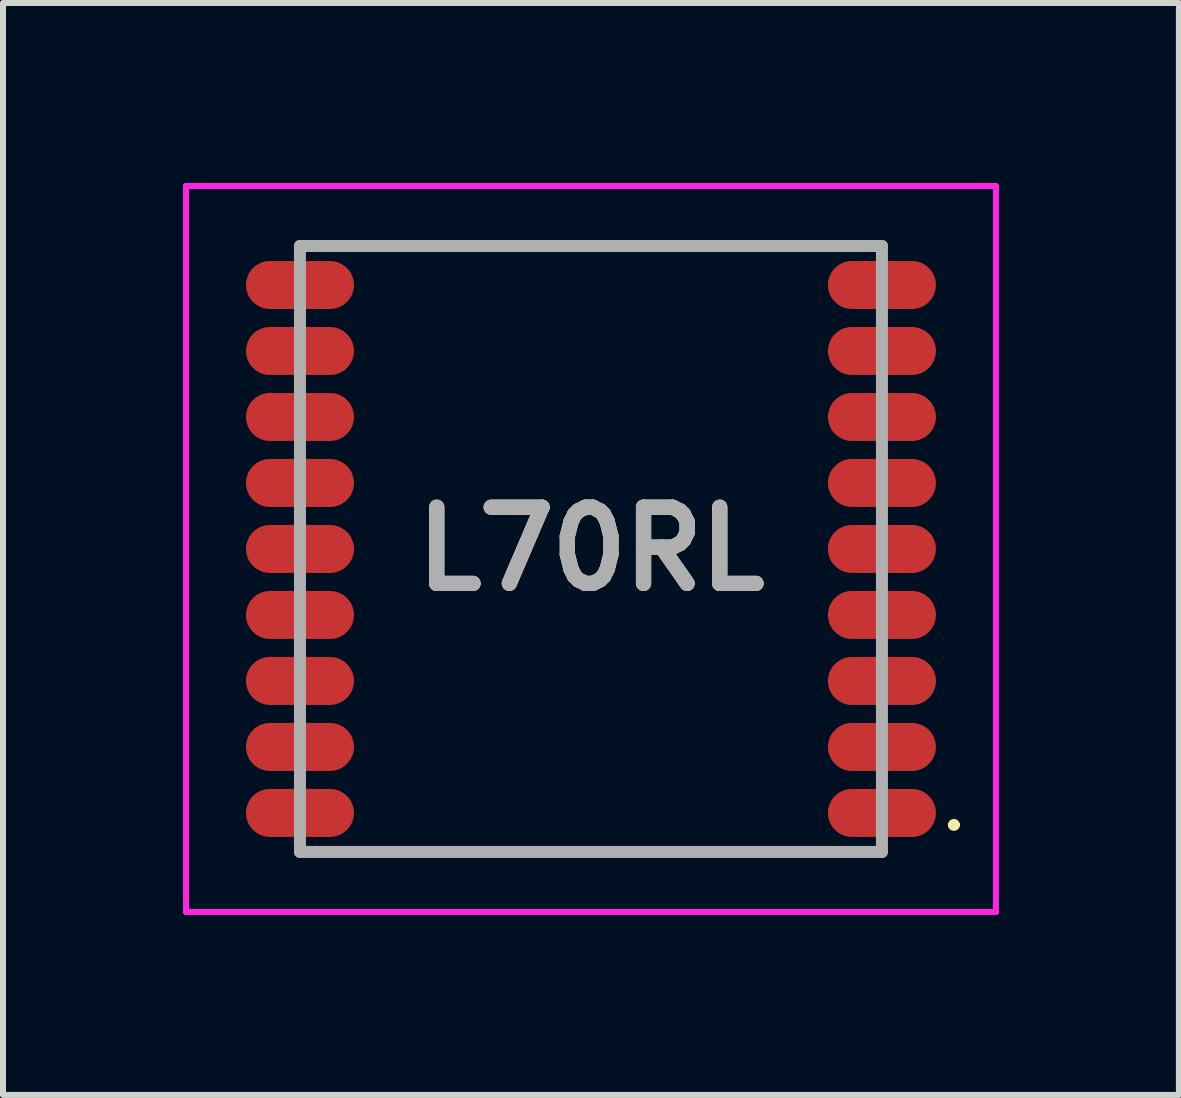
<source format=kicad_pcb>
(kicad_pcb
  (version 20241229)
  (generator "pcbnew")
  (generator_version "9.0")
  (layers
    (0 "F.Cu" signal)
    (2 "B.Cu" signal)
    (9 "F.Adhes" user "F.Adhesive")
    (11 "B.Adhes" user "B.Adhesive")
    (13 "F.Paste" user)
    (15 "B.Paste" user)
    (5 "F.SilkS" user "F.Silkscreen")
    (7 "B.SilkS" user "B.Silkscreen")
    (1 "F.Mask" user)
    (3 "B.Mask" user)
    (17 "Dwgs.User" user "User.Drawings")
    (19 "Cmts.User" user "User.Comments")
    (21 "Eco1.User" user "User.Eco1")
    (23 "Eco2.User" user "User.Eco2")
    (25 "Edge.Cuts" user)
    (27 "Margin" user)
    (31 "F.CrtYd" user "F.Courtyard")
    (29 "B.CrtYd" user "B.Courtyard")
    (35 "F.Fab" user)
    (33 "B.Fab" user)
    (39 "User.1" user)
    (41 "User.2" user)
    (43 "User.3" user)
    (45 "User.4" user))
  (footprint "L70RL"
    (layer "F.Cu")
    (at 6.8 6.1)
    (property "Reference" "L70RL" (at 0 0 0) (layer "F.SilkS") (effects (font (size 1.27 1.27) (thickness 0.254))))
    (attr smd)
    (fp_line (start -3.8 5.05) (end 3.6 5.05) (stroke (width 0.1) (type solid)) (layer "F.SilkS"))
    (fp_line (start -3.6 -5.05) (end 3.6 -5.05) (stroke (width 0.1) (type solid)) (layer "F.SilkS"))
    (fp_line (start 6 4.6) (end 6 4.6) (stroke (width 0.1) (type solid)) (layer "F.SilkS"))
    (fp_line (start 6.1 4.6) (end 6.1 4.6) (stroke (width 0.1) (type solid)) (layer "F.SilkS"))
    (fp_arc (start 6 4.6) (mid 6.05 4.55) (end 6.1 4.6) (stroke (width 0.1) (type solid)) (layer "F.SilkS"))
    (fp_arc (start 6.1 4.6) (mid 6.05 4.65) (end 6 4.6) (stroke (width 0.1) (type solid)) (layer "F.SilkS"))
    (fp_line (start -6.75 -6.05) (end 6.75 -6.05) (stroke (width 0.1) (type solid)) (layer "F.CrtYd"))
    (fp_line (start -6.75 6.05) (end -6.75 -6.05) (stroke (width 0.1) (type solid)) (layer "F.CrtYd"))
    (fp_line (start 6.75 -6.05) (end 6.75 6.05) (stroke (width 0.1) (type solid)) (layer "F.CrtYd"))
    (fp_line (start 6.75 6.05) (end -6.75 6.05) (stroke (width 0.1) (type solid)) (layer "F.CrtYd"))
    (fp_line (start -4.85 -5.05) (end 4.85 -5.05) (stroke (width 0.2) (type solid)) (layer "F.Fab"))
    (fp_line (start -4.85 5.05) (end -4.85 -5.05) (stroke (width 0.2) (type solid)) (layer "F.Fab"))
    (fp_line (start 4.85 -5.05) (end 4.85 5.05) (stroke (width 0.2) (type solid)) (layer "F.Fab"))
    (fp_line (start 4.85 5.05) (end -4.85 5.05) (stroke (width 0.2) (type solid)) (layer "F.Fab"))
    (fp_text user "${REFERENCE}" (at 0 0 0) (layer "F.Fab") (effects (font (size 1.27 1.27) (thickness 0.254))))
    (pad "1" smd oval (at 4.85 4.4 90) (size 0.8 1.8) (layers "F.Cu" "F.Mask" "F.Paste"))
    (pad "2" smd oval (at 4.85 3.3 90) (size 0.8 1.8) (layers "F.Cu" "F.Mask" "F.Paste"))
    (pad "3" smd oval (at 4.85 2.2 90) (size 0.8 1.8) (layers "F.Cu" "F.Mask" "F.Paste"))
    (pad "4" smd oval (at 4.85 1.1 90) (size 0.8 1.8) (layers "F.Cu" "F.Mask" "F.Paste"))
    (pad "5" smd oval (at 4.85 0 90) (size 0.8 1.8) (layers "F.Cu" "F.Mask" "F.Paste"))
    (pad "6" smd oval (at 4.85 -1.1 90) (size 0.8 1.8) (layers "F.Cu" "F.Mask" "F.Paste"))
    (pad "7" smd oval (at 4.85 -2.2 90) (size 0.8 1.8) (layers "F.Cu" "F.Mask" "F.Paste"))
    (pad "8" smd oval (at 4.85 -3.3 90) (size 0.8 1.8) (layers "F.Cu" "F.Mask" "F.Paste"))
    (pad "9" smd oval (at 4.85 -4.4 90) (size 0.8 1.8) (layers "F.Cu" "F.Mask" "F.Paste"))
    (pad "10" smd oval (at -4.85 -4.4 90) (size 0.8 1.8) (layers "F.Cu" "F.Mask" "F.Paste"))
    (pad "11" smd oval (at -4.85 -3.3 90) (size 0.8 1.8) (layers "F.Cu" "F.Mask" "F.Paste"))
    (pad "12" smd oval (at -4.85 -2.2 90) (size 0.8 1.8) (layers "F.Cu" "F.Mask" "F.Paste"))
    (pad "13" smd oval (at -4.85 -1.1 90) (size 0.8 1.8) (layers "F.Cu" "F.Mask" "F.Paste"))
    (pad "14" smd oval (at -4.85 0 90) (size 0.8 1.8) (layers "F.Cu" "F.Mask" "F.Paste"))
    (pad "15" smd oval (at -4.85 1.1 90) (size 0.8 1.8) (layers "F.Cu" "F.Mask" "F.Paste"))
    (pad "16" smd oval (at -4.85 2.2 90) (size 0.8 1.8) (layers "F.Cu" "F.Mask" "F.Paste"))
    (pad "17" smd oval (at -4.85 3.3 90) (size 0.8 1.8) (layers "F.Cu" "F.Mask" "F.Paste"))
    (pad "18" smd oval (at -4.85 4.4 90) (size 0.8 1.8) (layers "F.Cu" "F.Mask" "F.Paste")))
  (gr_rect
    (start -3 -3)
    (end 16.6 15.2)
    (stroke (width 0.1) (type default))
    (fill no)
    (layer "Edge.Cuts")))
</source>
